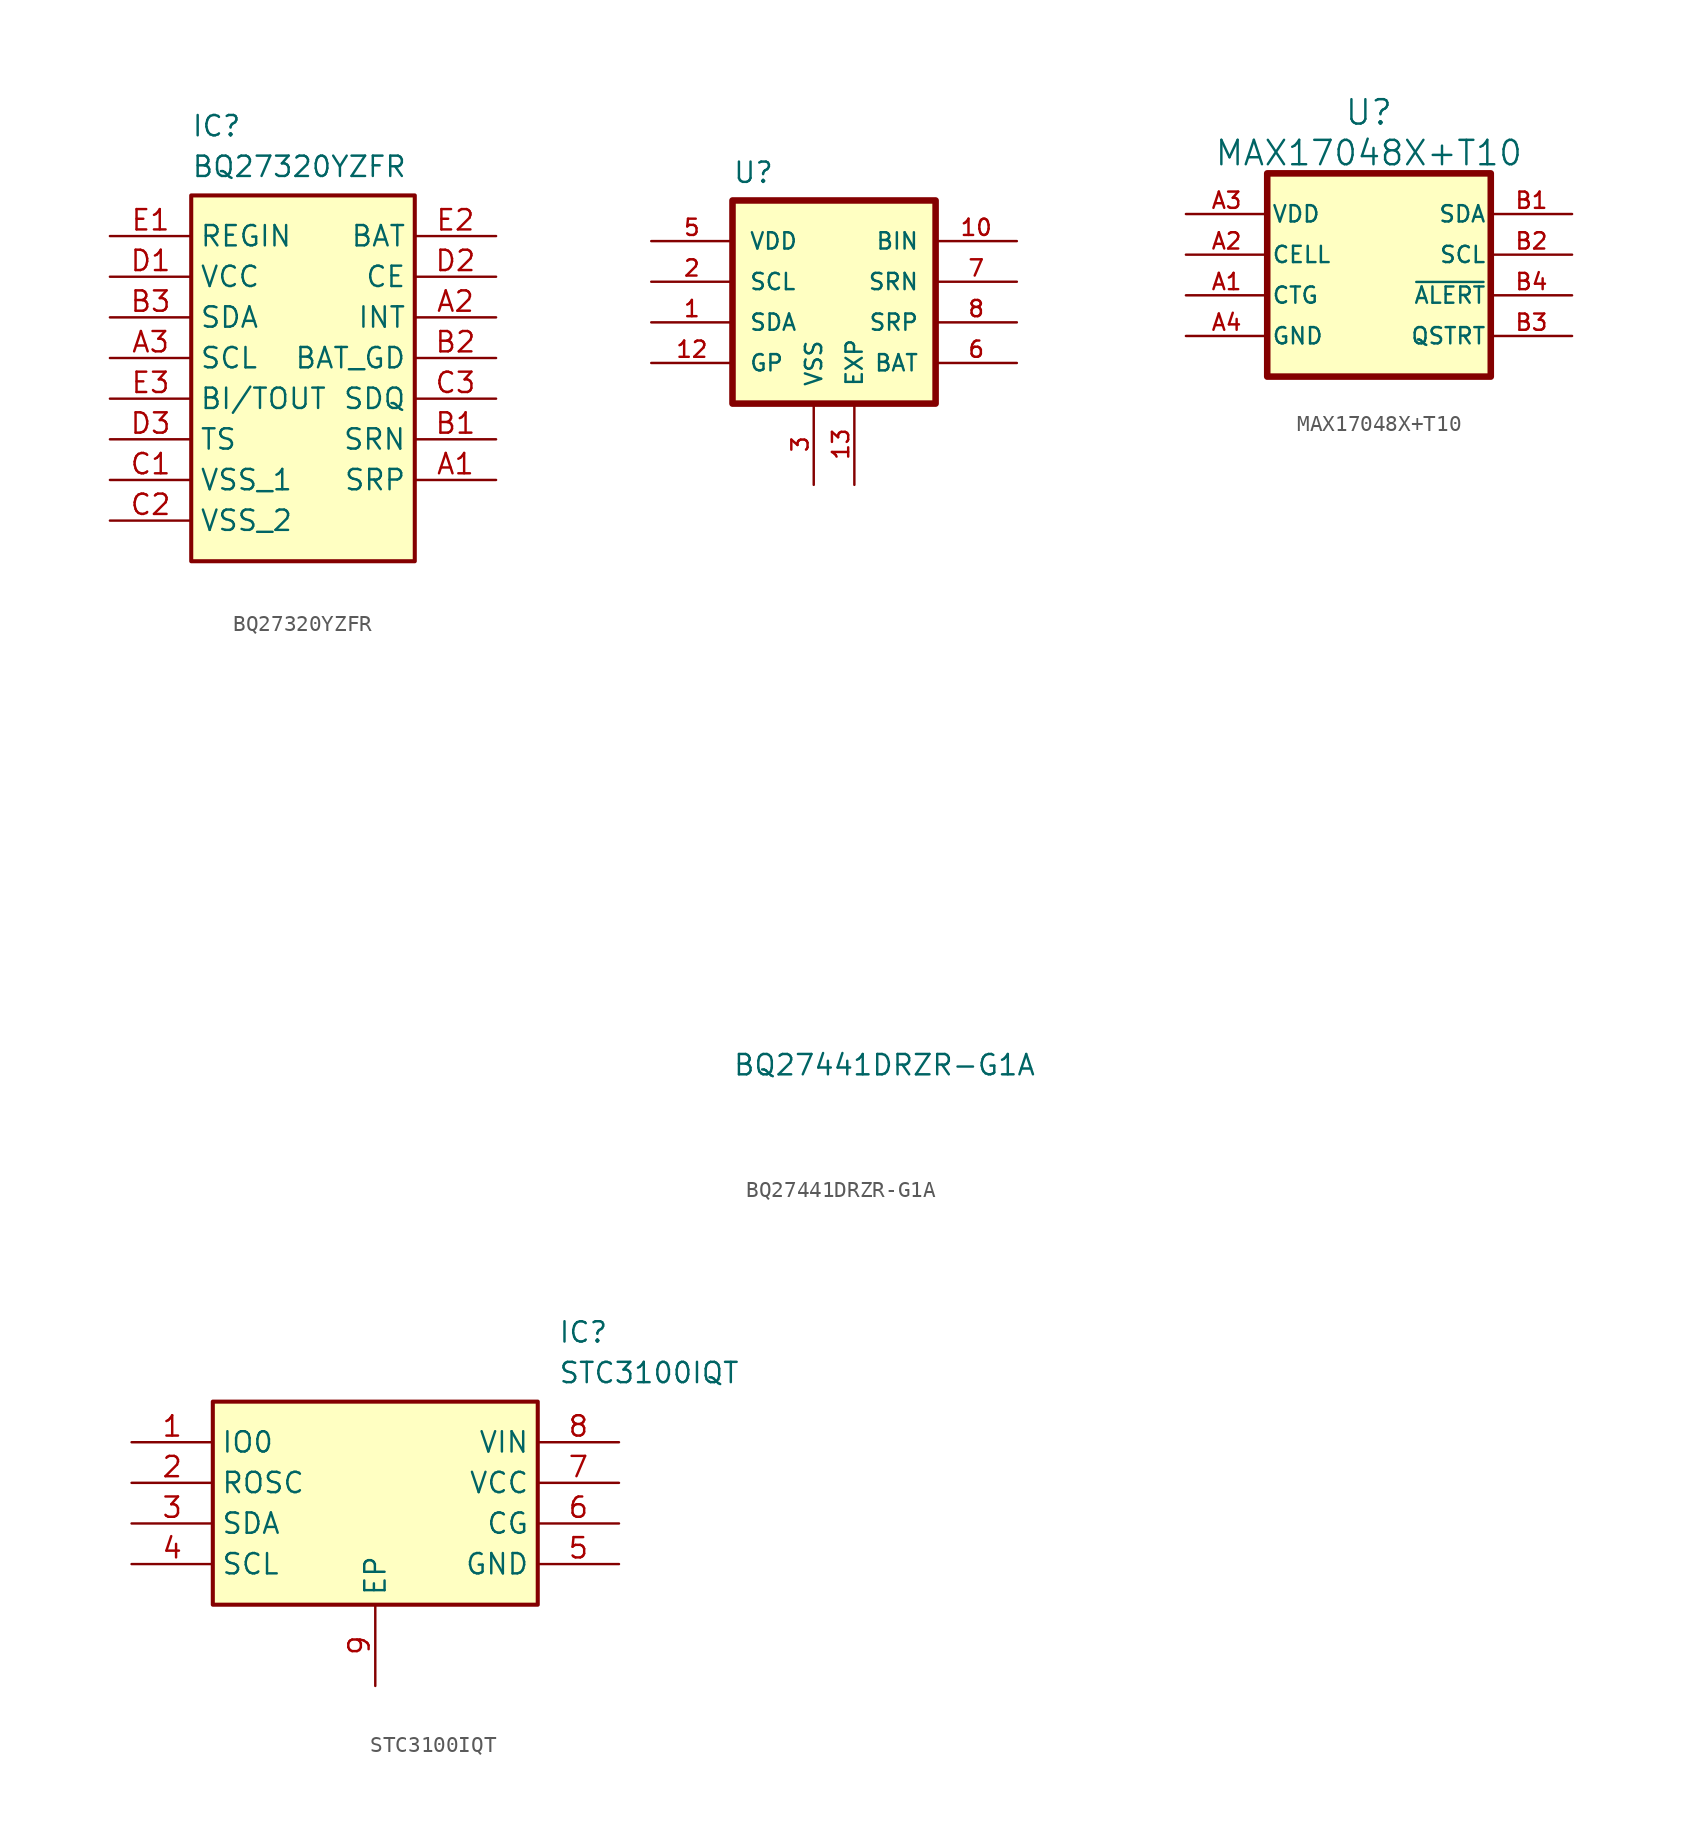
<source format=kicad_sym>
(kicad_symbol_lib
  (version 20241209)
  (generator "kicad_symbol_editor")
  (generator_version "9.0")
  (symbol "BQ27320YZFR"
    (property "Reference" "IC"
      (at 5.08 8.89 0)
      (effects (font (size 1.27 1.27)) (justify left top)))
    (property "Value" "BQ27320YZFR"
      (at 5.08 6.35 0)
      (effects (font (size 1.27 1.27)) (justify left top)))
    (symbol "BQ27320YZFR_1_1"
      (rectangle (start 5.08 3.81) (end 19.05 -19.05) (stroke (width 0.254) (type default)) (fill (type background)))
      (pin passive line (at 0 1.27 0) (length 5.08) (name "REGIN" (effects (font (size 1.27 1.27)))) (number "E1" (effects (font (size 1.27 1.27)))))
      (pin passive line (at 0 -1.27 0) (length 5.08) (name "VCC" (effects (font (size 1.27 1.27)))) (number "D1" (effects (font (size 1.27 1.27)))))
      (pin passive line (at 0 -3.81 0) (length 5.08) (name "SDA" (effects (font (size 1.27 1.27)))) (number "B3" (effects (font (size 1.27 1.27)))))
      (pin passive line (at 0 -6.35 0) (length 5.08) (name "SCL" (effects (font (size 1.27 1.27)))) (number "A3" (effects (font (size 1.27 1.27)))))
      (pin passive line (at 0 -8.89 0) (length 5.08) (name "BI/TOUT" (effects (font (size 1.27 1.27)))) (number "E3" (effects (font (size 1.27 1.27)))))
      (pin passive line (at 0 -11.43 0) (length 5.08) (name "TS" (effects (font (size 1.27 1.27)))) (number "D3" (effects (font (size 1.27 1.27)))))
      (pin passive line (at 0 -13.97 0) (length 5.08) (name "VSS_1" (effects (font (size 1.27 1.27)))) (number "C1" (effects (font (size 1.27 1.27)))))
      (pin passive line (at 0 -16.51 0) (length 5.08) (name "VSS_2" (effects (font (size 1.27 1.27)))) (number "C2" (effects (font (size 1.27 1.27)))))
      (pin passive line (at 24.13 1.27 180) (length 5.08) (name "BAT" (effects (font (size 1.27 1.27)))) (number "E2" (effects (font (size 1.27 1.27)))))
      (pin passive line (at 24.13 -1.27 180) (length 5.08) (name "CE" (effects (font (size 1.27 1.27)))) (number "D2" (effects (font (size 1.27 1.27)))))
      (pin passive line (at 24.13 -3.81 180) (length 5.08) (name "INT" (effects (font (size 1.27 1.27)))) (number "A2" (effects (font (size 1.27 1.27)))))
      (pin passive line (at 24.13 -6.35 180) (length 5.08) (name "BAT_GD" (effects (font (size 1.27 1.27)))) (number "B2" (effects (font (size 1.27 1.27)))))
      (pin passive line (at 24.13 -8.89 180) (length 5.08) (name "SDQ" (effects (font (size 1.27 1.27)))) (number "C3" (effects (font (size 1.27 1.27)))))
      (pin passive line (at 24.13 -11.43 180) (length 5.08) (name "SRN" (effects (font (size 1.27 1.27)))) (number "B1" (effects (font (size 1.27 1.27)))))
      (pin passive line (at 24.13 -13.97 180) (length 5.08) (name "SRP" (effects (font (size 1.27 1.27)))) (number "A1" (effects (font (size 1.27 1.27)))))))
  (symbol "BQ27441DRZR-G1A"
    (pin_names
      (offset 1.016))
    (property "Reference" "U"
      (at -12.7 18.78 0)
      (effects (font (size 1.27 1.27)) (justify left bottom)))
    (property "Value" "BQ27441DRZR-G1A"
      (at -12.7 -37.02 0)
      (effects (font (size 1.27 1.27)) (justify left bottom)))
    (symbol "BQ27441DRZR-G1A_0_0"
      (rectangle (start -12.7 17.78) (end 0 5.08) (stroke (width 0.41) (type default)) (fill (type background)))
      (pin power_in line (at -17.78 15.24 0) (length 5.08) (name "VDD" (effects (font (size 1.016 1.016)))) (number "5" (effects (font (size 1.016 1.016)))))
      (pin input line (at -17.78 12.7 0) (length 5.08) (name "SCL" (effects (font (size 1.016 1.016)))) (number "2" (effects (font (size 1.016 1.016)))))
      (pin bidirectional line (at -17.78 10.16 0) (length 5.08) (name "SDA" (effects (font (size 1.016 1.016)))) (number "1" (effects (font (size 1.016 1.016)))))
      (pin power_in line (at -7.62 0 90) (length 5.08) (name "VSS" (effects (font (size 1.016 1.016)))) (number "3" (effects (font (size 1.016 1.016)))))
      (pin power_in line (at -5.08 0 90) (length 5.08) (name "EXP" (effects (font (size 1.016 1.016)))) (number "13" (effects (font (size 1.016 1.016)))))
      (pin input line (at 5.08 15.24 180) (length 5.08) (name "BIN" (effects (font (size 1.016 1.016)))) (number "10" (effects (font (size 1.016 1.016)))))
      (pin input line (at 5.08 12.7 180) (length 5.08) (name "SRN" (effects (font (size 1.016 1.016)))) (number "7" (effects (font (size 1.016 1.016)))))
      (pin input line (at 5.08 10.16 180) (length 5.08) (name "SRP" (effects (font (size 1.016 1.016)))) (number "8" (effects (font (size 1.016 1.016)))))
      (pin input line (at 5.08 7.62 180) (length 5.08) (name "BAT" (effects (font (size 1.016 1.016)))) (number "6" (effects (font (size 1.016 1.016))))))
    (symbol "BQ27441DRZR-G1A_1_0"
      (pin output line (at -17.78 7.62 0) (length 5.08) (name "GP" (effects (font (size 1.016 1.016)))) (number "12" (effects (font (size 1.016 1.016)))))))
  (symbol "MAX17048X+T10"
    (pin_names
      (offset 0.254))
    (property "Reference" "U"
      (at 0 10.16 0)
      (effects (font (size 1.524 1.524))))
    (property "Value" "MAX17048X+T10"
      (at 0 7.62 0)
      (effects (font (size 1.524 1.524))))
    (symbol "MAX17048X+T10_0_0"
      (rectangle (start -6.35 6.35) (end 7.62 -6.35) (stroke (width 0.41) (type default)) (fill (type background))))
    (symbol "MAX17048X+T10_1_0"
      (pin power_in line (at -11.43 3.81 0) (length 5.08) (name "VDD" (effects (font (size 1.016 1.016)))) (number "A3" (effects (font (size 1.016 1.016)))))
      (pin power_in line (at -11.43 1.27 0) (length 5.08) (name "CELL" (effects (font (size 1.016 1.016)))) (number "A2" (effects (font (size 1.016 1.016)))))
      (pin power_in line (at -11.43 -1.27 0) (length 5.08) (name "CTG" (effects (font (size 1.016 1.016)))) (number "A1" (effects (font (size 1.016 1.016)))))
      (pin power_in line (at -11.43 -3.81 0) (length 5.08) (name "GND" (effects (font (size 1.016 1.016)))) (number "A4" (effects (font (size 1.016 1.016)))))
      (pin bidirectional line (at 12.7 3.81 180) (length 5.08) (name "SDA" (effects (font (size 1.016 1.016)))) (number "B1" (effects (font (size 1.016 1.016)))))
      (pin input line (at 12.7 1.27 180) (length 5.08) (name "SCL" (effects (font (size 1.016 1.016)))) (number "B2" (effects (font (size 1.016 1.016)))))
      (pin output line (at 12.7 -1.27 180) (length 5.08) (name "~{ALERT}" (effects (font (size 1.016 1.016)))) (number "B4" (effects (font (size 1.016 1.016)))))
      (pin input line (at 12.7 -3.81 180) (length 5.08) (name "QSTRT" (effects (font (size 1.016 1.016)))) (number "B3" (effects (font (size 1.016 1.016)))))))
  (symbol "STC3100IQT"
    (property "Reference" "IC"
      (at 26.67 7.62 0)
      (effects (font (size 1.27 1.27)) (justify left top)))
    (property "Value" "STC3100IQT"
      (at 26.67 5.08 0)
      (effects (font (size 1.27 1.27)) (justify left top)))
    (symbol "STC3100IQT_1_1"
      (rectangle (start 5.08 2.54) (end 25.4 -10.16) (stroke (width 0.254) (type default)) (fill (type background)))
      (pin bidirectional line (at 0 0 0) (length 5.08) (name "IO0" (effects (font (size 1.27 1.27)))) (number "1" (effects (font (size 1.27 1.27)))))
      (pin passive line (at 0 -2.54 0) (length 5.08) (name "ROSC" (effects (font (size 1.27 1.27)))) (number "2" (effects (font (size 1.27 1.27)))))
      (pin passive line (at 0 -5.08 0) (length 5.08) (name "SDA" (effects (font (size 1.27 1.27)))) (number "3" (effects (font (size 1.27 1.27)))))
      (pin passive line (at 0 -7.62 0) (length 5.08) (name "SCL" (effects (font (size 1.27 1.27)))) (number "4" (effects (font (size 1.27 1.27)))))
      (pin passive line (at 15.24 -15.24 90) (length 5.08) (name "EP" (effects (font (size 1.27 1.27)))) (number "9" (effects (font (size 1.27 1.27)))))
      (pin input line (at 30.48 0 180) (length 5.08) (name "VIN" (effects (font (size 1.27 1.27)))) (number "8" (effects (font (size 1.27 1.27)))))
      (pin power_in line (at 30.48 -2.54 180) (length 5.08) (name "VCC" (effects (font (size 1.27 1.27)))) (number "7" (effects (font (size 1.27 1.27)))))
      (pin passive line (at 30.48 -5.08 180) (length 5.08) (name "CG" (effects (font (size 1.27 1.27)))) (number "6" (effects (font (size 1.27 1.27)))))
      (pin power_in line (at 30.48 -7.62 180) (length 5.08) (name "GND" (effects (font (size 1.27 1.27)))) (number "5" (effects (font (size 1.27 1.27))))))))
</source>
